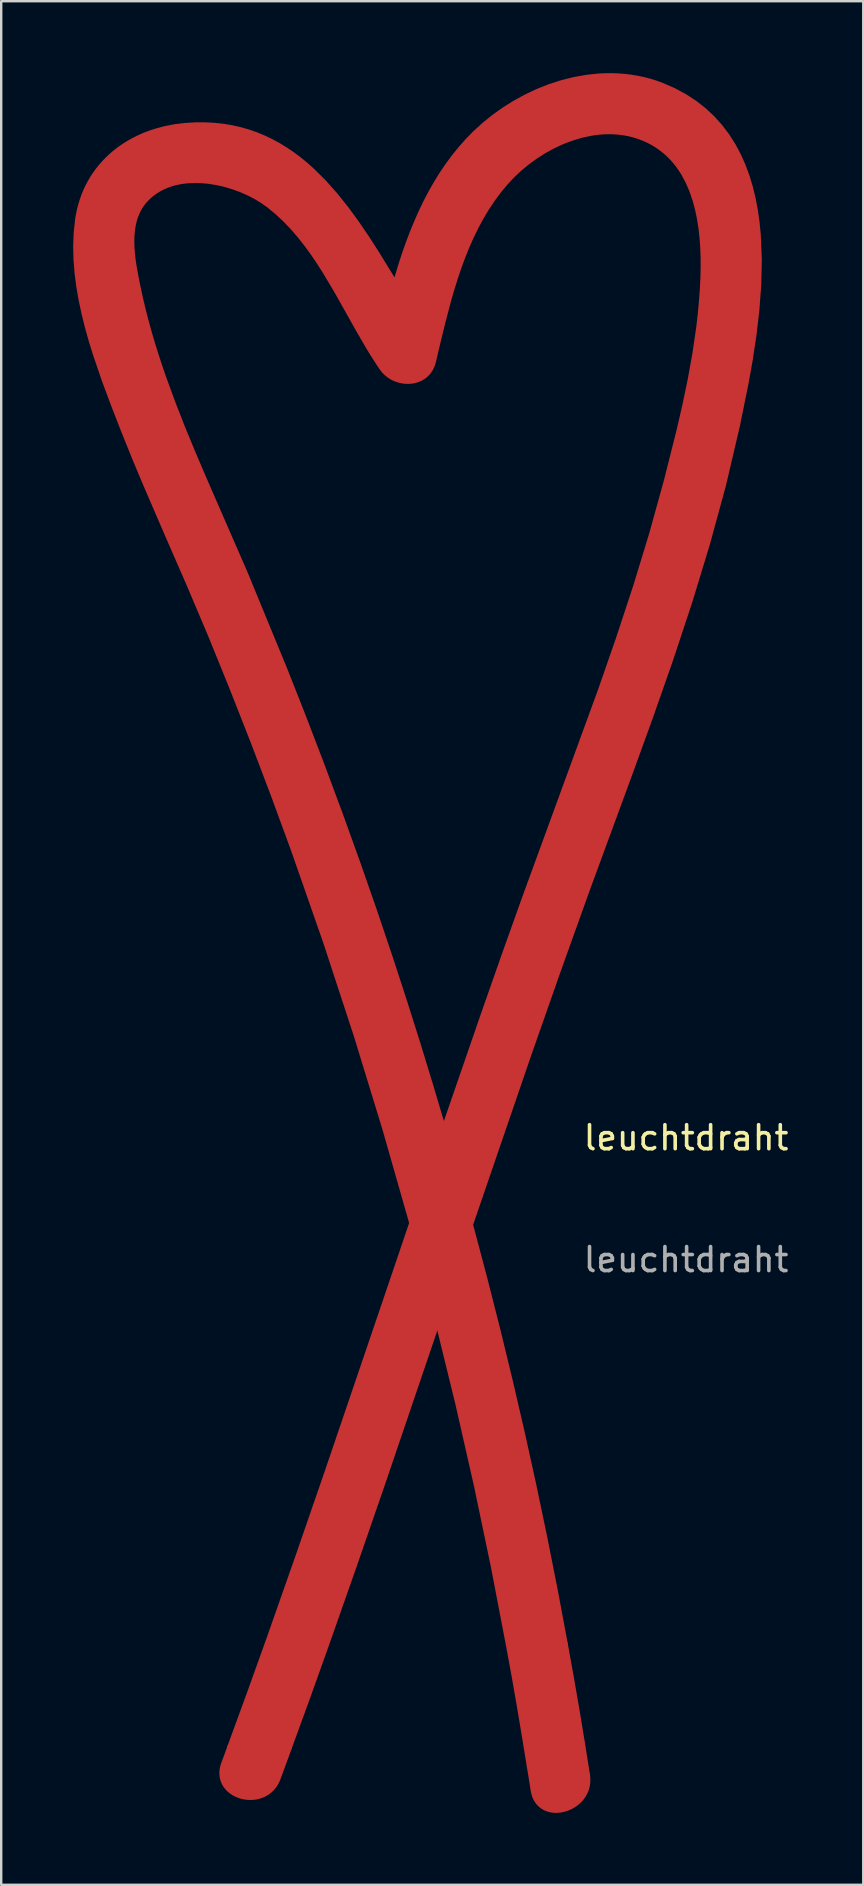
<source format=kicad_pcb>
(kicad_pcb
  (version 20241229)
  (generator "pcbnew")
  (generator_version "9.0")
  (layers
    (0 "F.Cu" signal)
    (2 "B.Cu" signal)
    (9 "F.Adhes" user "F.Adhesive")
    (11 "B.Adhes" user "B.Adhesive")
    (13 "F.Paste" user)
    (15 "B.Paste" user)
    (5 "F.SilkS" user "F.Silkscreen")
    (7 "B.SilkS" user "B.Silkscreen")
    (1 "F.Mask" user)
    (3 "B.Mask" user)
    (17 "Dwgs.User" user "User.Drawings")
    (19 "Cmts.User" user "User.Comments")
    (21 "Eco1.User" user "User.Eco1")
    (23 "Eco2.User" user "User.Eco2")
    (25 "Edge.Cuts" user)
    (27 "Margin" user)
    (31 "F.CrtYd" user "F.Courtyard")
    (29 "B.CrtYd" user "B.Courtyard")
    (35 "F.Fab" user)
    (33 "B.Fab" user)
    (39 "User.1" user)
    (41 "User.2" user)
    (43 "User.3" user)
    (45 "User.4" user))
  (footprint "leuchtdraht"
    (layer "F.Cu")
    (at 15.389 46.92)
    (property "Reference" "leuchtdraht" (at 10.16 -2.54 0) (unlocked yes) (layer "F.SilkS") (effects (font (size 1 1) (thickness 0.15))))
    (attr smd)
    (fp_poly (pts (xy 5.131 18.565) (xy 5.131 18.565) (xy 5.131 18.565)) (stroke (width 0.2) (type solid)) (fill yes) (layer "F.Cu"))
    (fp_poly (pts (xy 5.377 19.926) (xy 5.613 21.288) (xy 5.838 22.653) (xy 6.055 24.019) (xy 5.448 23.921) (xy 4.841 23.829) (xy 4.231 23.743) (xy 3.621 23.663) (xy 3.424 22.446) (xy 3.22 21.23) (xy 3.009 20.015) (xy 2.788 18.802) (xy 3.375 18.755) (xy 3.961 18.701) (xy 4.546 18.638) (xy 5.131 18.565)) (stroke (width 0.2) (type solid)) (fill yes) (layer "F.Cu"))
    (fp_poly (pts (xy -0.93 2.292) (xy -0.592 3.572) (xy -0.388 4.355) (xy -0.289 4.747) (xy -0.193 5.139) (xy -0.193 5.139) (xy -0.193 5.139) (xy -2.496 11.916) (xy -3.665 15.298) (xy -4.853 18.675) (xy -4.853 18.675) (xy -4.853 18.675) (xy -5.605 20.78) (xy -6.373 22.883) (xy -6.616 22.878) (xy -6.997 22.87) (xy -7.62 22.86) (xy -8.242 22.855) (xy -8.864 22.855) (xy -8.035 20.588) (xy -7.22 18.315) (xy -6.636 18.419) (xy -6.047 18.513) (xy -5.453 18.599) (xy -4.853 18.675) (xy -4.853 18.675) (xy -5.453 18.599) (xy -6.047 18.513) (xy -6.636 18.419) (xy -7.22 18.315) (xy -7.22 18.315) (xy -7.22 18.315) (xy -6.012 14.879) (xy -4.822 11.436) (xy -2.475 4.539) (xy -1.279 1.015)) (stroke (width 0.2) (type solid)) (fill yes) (layer "F.Cu"))
    (fp_poly (pts (xy 4.231 23.743) (xy 4.841 23.829) (xy 5.448 23.921) (xy 6.055 24.019) (xy 6.055 24.023) (xy 6.066 24.112) (xy 6.071 24.2) (xy 6.07 24.285) (xy 6.063 24.368) (xy 6.052 24.448) (xy 6.035 24.526) (xy 6.013 24.602) (xy 5.987 24.675) (xy 5.957 24.745) (xy 5.922 24.813) (xy 5.883 24.878) (xy 5.841 24.94) (xy 5.795 24.999) (xy 5.746 25.055) (xy 5.694 25.109) (xy 5.64 25.159) (xy 5.582 25.206) (xy 5.523 25.25) (xy 5.461 25.29) (xy 5.398 25.327) (xy 5.332 25.361) (xy 5.266 25.392) (xy 5.198 25.418) (xy 5.129 25.442) (xy 5.06 25.461) (xy 4.99 25.477) (xy 4.92 25.489) (xy 4.85 25.497) (xy 4.78 25.502) (xy 4.71 25.502) (xy 4.641 25.498) (xy 4.573 25.49) (xy 4.502 25.477) (xy 4.432 25.459) (xy 4.364 25.435) (xy 4.299 25.407) (xy 4.235 25.374) (xy 4.205 25.356) (xy 4.175 25.336) (xy 4.146 25.315) (xy 4.117 25.293) (xy 4.09 25.269) (xy 4.063 25.244) (xy 4.037 25.218) (xy 4.012 25.19) (xy 3.988 25.161) (xy 3.965 25.13) (xy 3.943 25.098) (xy 3.922 25.065) (xy 3.903 25.03) (xy 3.884 24.994) (xy 3.866 24.956) (xy 3.85 24.917) (xy 3.835 24.876) (xy 3.821 24.834) (xy 3.809 24.791) (xy 3.798 24.746) (xy 3.788 24.699) (xy 3.78 24.651) (xy 3.703 24.157) (xy 3.663 23.91) (xy 3.621 23.663)) (stroke (width 0.2) (type solid)) (fill yes) (layer "F.Cu"))
    (fp_poly (pts (xy -7.62 22.86) (xy -6.997 22.87) (xy -6.616 22.878) (xy -6.373 22.883) (xy -6.488 23.204) (xy -6.605 23.524) (xy -6.842 24.164) (xy -6.862 24.215) (xy -6.884 24.265) (xy -6.907 24.312) (xy -6.932 24.358) (xy -6.958 24.403) (xy -6.985 24.445) (xy -7.014 24.485) (xy -7.044 24.524) (xy -7.075 24.561) (xy -7.107 24.597) (xy -7.141 24.63) (xy -7.175 24.662) (xy -7.211 24.693) (xy -7.247 24.721) (xy -7.284 24.748) (xy -7.322 24.773) (xy -7.361 24.797) (xy -7.401 24.819) (xy -7.441 24.84) (xy -7.482 24.858) (xy -7.524 24.876) (xy -7.566 24.891) (xy -7.651 24.918) (xy -7.738 24.939) (xy -7.826 24.953) (xy -7.914 24.962) (xy -8.003 24.965) (xy -8.071 24.963) (xy -8.138 24.958) (xy -8.205 24.95) (xy -8.272 24.939) (xy -8.337 24.924) (xy -8.402 24.907) (xy -8.465 24.886) (xy -8.527 24.863) (xy -8.587 24.836) (xy -8.646 24.807) (xy -8.703 24.775) (xy -8.757 24.74) (xy -8.809 24.702) (xy -8.859 24.662) (xy -8.906 24.619) (xy -8.95 24.573) (xy -8.991 24.525) (xy -9.029 24.475) (xy -9.064 24.422) (xy -9.095 24.366) (xy -9.122 24.309) (xy -9.145 24.249) (xy -9.163 24.187) (xy -9.178 24.122) (xy -9.188 24.056) (xy -9.193 23.987) (xy -9.193 23.917) (xy -9.189 23.845) (xy -9.179 23.77) (xy -9.163 23.694) (xy -9.142 23.616) (xy -9.115 23.536) (xy -8.988 23.196) (xy -8.864 22.855) (xy -8.864 22.855) (xy -8.864 22.855) (xy -8.242 22.855)) (stroke (width 0.2) (type solid)) (fill yes) (layer "F.Cu"))
    (fp_poly (pts (xy -1.701 -39.03) (xy -1.559 -39.458) (xy -1.408 -39.882) (xy -1.247 -40.302) (xy -1.076 -40.717) (xy -0.895 -41.126) (xy -0.702 -41.529) (xy -0.496 -41.924) (xy -0.277 -42.311) (xy -0.044 -42.69) (xy 0.204 -43.059) (xy 0.468 -43.417) (xy 0.748 -43.765) (xy 1.045 -44.1) (xy 1.36 -44.423) (xy 1.743 -44.773) (xy 2.151 -45.103) (xy 2.581 -45.409) (xy 3.032 -45.691) (xy 3.5 -45.946) (xy 3.984 -46.173) (xy 4.481 -46.369) (xy 4.988 -46.532) (xy 5.504 -46.661) (xy 6.025 -46.753) (xy 6.55 -46.807) (xy 6.812 -46.818) (xy 7.075 -46.82) (xy 7.337 -46.81) (xy 7.599 -46.79) (xy 7.86 -46.759) (xy 8.119 -46.716) (xy 8.377 -46.662) (xy 8.633 -46.596) (xy 8.887 -46.518) (xy 9.138 -46.427) (xy 9.138 -46.427) (xy 9.642 -46.208) (xy 10.106 -45.958) (xy 10.531 -45.681) (xy 10.919 -45.376) (xy 11.271 -45.046) (xy 11.588 -44.692) (xy 11.873 -44.315) (xy 12.126 -43.919) (xy 12.349 -43.502) (xy 12.542 -43.069) (xy 12.709 -42.619) (xy 12.849 -42.154) (xy 12.964 -41.677) (xy 13.056 -41.188) (xy 13.126 -40.689) (xy 13.175 -40.182) (xy 13.218 -39.149) (xy 13.195 -38.101) (xy 13.117 -37.05) (xy 12.996 -36.01) (xy 12.843 -34.992) (xy 12.668 -34.009) (xy 12.299 -32.196) (xy 11.72 -29.728) (xy 11.053 -27.287) (xy 10.315 -24.867) (xy 9.519 -22.464) (xy 8.681 -20.073) (xy 7.817 -17.692) (xy 6.069 -12.938) (xy 4.816 -9.443) (xy 3.588 -5.941) (xy 1.18 1.082) (xy 1.18 1.082) (xy 1.18 1.082) (xy 1.755 3.248) (xy 2.308 5.42) (xy 2.837 7.598) (xy 3.343 9.781) (xy 3.825 11.97) (xy 4.284 14.164) (xy 4.719 16.362) (xy 5.131 18.565) (xy 5.131 18.565) (xy 4.546 18.638) (xy 3.961 18.701) (xy 3.375 18.755) (xy 2.788 18.802) (xy 2.788 18.802) (xy 2.788 18.802) (xy 2.13 15.368) (xy 1.414 11.945) (xy 0.64 8.535) (xy -0.193 5.139) (xy -0.193 5.139) (xy -0.193 5.139) (xy -0.193 5.139) (xy -0.193 5.139) (xy -0.193 5.139) (xy -0.193 5.139) (xy -0.193 5.139) (xy 1.18 1.082) (xy 1.18 1.082) (xy -0.193 5.139) (xy -0.289 4.747) (xy -0.388 4.355) (xy -0.592 3.572) (xy -0.93 2.292) (xy -1.279 1.015) (xy -0.613 -0.948) (xy 0.058 -2.908) (xy 0.631 -0.916) (xy 0.909 0.082) (xy 1.18 1.082) (xy 1.18 1.082) (xy 0.909 0.082) (xy 0.631 -0.916) (xy 0.058 -2.908) (xy 0.058 -2.908) (xy 0.058 -2.908) (xy -0.613 -0.948) (xy -1.279 1.015) (xy -2.399 -2.909) (xy -3.594 -6.809) (xy -4.864 -10.686) (xy -6.208 -14.536) (xy -7.032 -16.783) (xy -7.882 -19.022) (xy -8.758 -21.25) (xy -9.658 -23.468) (xy -10.565 -25.61) (xy -11.495 -27.742) (xy -12.416 -29.878) (xy -12.864 -30.951) (xy -13.298 -32.03) (xy -13.694 -33.045) (xy -14.091 -34.106) (xy -14.466 -35.204) (xy -14.639 -35.762) (xy -14.797 -36.324) (xy -14.938 -36.89) (xy -15.059 -37.456) (xy -15.158 -38.023) (xy -15.231 -38.588) (xy -15.276 -39.15) (xy -15.289 -39.708) (xy -15.282 -39.894) (xy -12.94 -39.894) (xy -12.933 -39.648) (xy -12.914 -39.401) (xy -12.887 -39.155) (xy -12.852 -38.911) (xy -12.767 -38.436) (xy -12.677 -37.988) (xy -12.572 -37.504) (xy -12.457 -37.023) (xy -12.332 -36.543) (xy -12.2 -36.067) (xy -12.059 -35.592) (xy -11.91 -35.12) (xy -11.756 -34.65) (xy -11.594 -34.182) (xy -11.216 -33.151) (xy -10.816 -32.129) (xy -10.397 -31.114) (xy -9.966 -30.103) (xy -8.211 -26.075) (xy -6.57 -22.088) (xy -5.779 -20.083) (xy -5.008 -18.07) (xy -4.257 -16.049) (xy -3.527 -14.021) (xy -2.817 -11.986) (xy -2.129 -9.943) (xy -1.559 -8.191) (xy -1.004 -6.435) (xy -0.466 -4.674) (xy 0.058 -2.908) (xy 1.728 -7.749) (xy 2.576 -10.164) (xy 3.437 -12.574) (xy 6.587 -21.192) (xy 7.34 -23.358) (xy 8.057 -25.536) (xy 8.727 -27.73) (xy 9.339 -29.942) (xy 9.865 -32.029) (xy 10.108 -33.086) (xy 10.33 -34.149) (xy 10.522 -35.217) (xy 10.68 -36.288) (xy 10.743 -36.824) (xy 10.794 -37.361) (xy 10.834 -37.897) (xy 10.86 -38.433) (xy 10.868 -38.819) (xy 10.867 -39.217) (xy 10.853 -39.622) (xy 10.825 -40.032) (xy 10.78 -40.443) (xy 10.716 -40.852) (xy 10.632 -41.255) (xy 10.525 -41.65) (xy 10.393 -42.033) (xy 10.233 -42.401) (xy 10.045 -42.751) (xy 9.939 -42.917) (xy 9.825 -43.078) (xy 9.703 -43.233) (xy 9.572 -43.381) (xy 9.432 -43.522) (xy 9.283 -43.655) (xy 9.125 -43.781) (xy 8.957 -43.898) (xy 8.78 -44.006) (xy 8.592 -44.106) (xy 8.399 -44.193) (xy 8.204 -44.268) (xy 8.007 -44.331) (xy 7.807 -44.382) (xy 7.606 -44.421) (xy 7.404 -44.45) (xy 7.201 -44.468) (xy 6.997 -44.475) (xy 6.792 -44.472) (xy 6.588 -44.46) (xy 6.383 -44.438) (xy 6.179 -44.406) (xy 5.774 -44.318) (xy 5.374 -44.196) (xy 4.981 -44.045) (xy 4.599 -43.866) (xy 4.229 -43.661) (xy 3.874 -43.435) (xy 3.537 -43.188) (xy 3.218 -42.925) (xy 2.922 -42.646) (xy 2.651 -42.356) (xy 2.361 -42.007) (xy 2.093 -41.644) (xy 1.844 -41.268) (xy 1.613 -40.881) (xy 1.4 -40.483) (xy 1.202 -40.076) (xy 1.019 -39.661) (xy 0.85 -39.239) (xy 0.693 -38.81) (xy 0.547 -38.377) (xy 0.41 -37.94) (xy 0.282 -37.501) (xy 0.048 -36.618) (xy -0.168 -35.738) (xy -0.268 -35.317) (xy -0.365 -34.902) (xy -0.392 -34.806) (xy -0.424 -34.717) (xy -0.463 -34.633) (xy -0.507 -34.555) (xy -0.556 -34.484) (xy -0.61 -34.418) (xy -0.668 -34.358) (xy -0.73 -34.303) (xy -0.796 -34.255) (xy -0.865 -34.212) (xy -0.938 -34.175) (xy -1.013 -34.143) (xy -1.09 -34.117) (xy -1.169 -34.096) (xy -1.25 -34.081) (xy -1.332 -34.071) (xy -1.415 -34.067) (xy -1.498 -34.068) (xy -1.582 -34.074) (xy -1.665 -34.086) (xy -1.748 -34.103) (xy -1.83 -34.125) (xy -1.911 -34.152) (xy -1.99 -34.184) (xy -2.067 -34.221) (xy -2.141 -34.263) (xy -2.213 -34.31) (xy -2.282 -34.363) (xy -2.348 -34.42) (xy -2.41 -34.481) (xy -2.468 -34.548) (xy -2.521 -34.619) (xy -2.592 -34.723) (xy -2.662 -34.828) (xy -2.8 -35.041) (xy -2.936 -35.258) (xy -3.071 -35.477) (xy -2.637 -35.53) (xy -2.481 -36.184) (xy -2.637 -35.53) (xy -3.071 -35.477) (xy -3.528 -36.263) (xy -3.59 -36.375) (xy -2.434 -36.375) (xy -2.319 -36.844) (xy -2.273 -37.023) (xy -2.319 -36.844) (xy -2.434 -36.375) (xy -3.59 -36.375) (xy -3.968 -37.05) (xy -2.265 -37.05) (xy -2.147 -37.506) (xy -1.964 -38.168) (xy -1.837 -37.96) (xy -1.595 -37.56) (xy -1.227 -36.96) (xy -1.042 -36.665) (xy -0.857 -36.375) (xy -0.67 -36.09) (xy -0.631 -36.032) (xy -0.482 -35.812) (xy -0.482 -35.812) (xy -0.482 -35.812) (xy -0.631 -36.032) (xy -0.67 -36.09) (xy -0.857 -36.375) (xy -1.227 -36.96) (xy -1.595 -37.56) (xy -1.837 -37.96) (xy -1.964 -38.168) (xy -2.147 -37.506) (xy -2.265 -37.05) (xy -3.968 -37.05) (xy -3.976 -37.065) (xy -4.43 -37.87) (xy -4.903 -38.662) (xy -5.15 -39.049) (xy -5.406 -39.426) (xy -5.674 -39.793) (xy -5.954 -40.148) (xy -6.249 -40.488) (xy -6.559 -40.812) (xy -6.887 -41.118) (xy -7.234 -41.403) (xy -7.492 -41.587) (xy -7.774 -41.758) (xy -8.079 -41.916) (xy -8.402 -42.058) (xy -8.739 -42.18) (xy -9.087 -42.283) (xy -9.442 -42.361) (xy -9.8 -42.415) (xy -10.159 -42.441) (xy -10.336 -42.442) (xy -10.513 -42.436) (xy -10.688 -42.422) (xy -10.86 -42.4) (xy -11.029 -42.369) (xy -11.195 -42.329) (xy -11.358 -42.28) (xy -11.516 -42.221) (xy -11.67 -42.153) (xy -11.819 -42.074) (xy -11.962 -41.985) (xy -12.099 -41.886) (xy -12.229 -41.775) (xy -12.353 -41.654) (xy -12.434 -41.563) (xy -12.507 -41.468) (xy -12.574 -41.371) (xy -12.635 -41.27) (xy -12.689 -41.166) (xy -12.737 -41.06) (xy -12.779 -40.951) (xy -12.816 -40.84) (xy -12.847 -40.727) (xy -12.874 -40.613) (xy -12.912 -40.378) (xy -12.934 -40.138) (xy -12.94 -39.894) (xy -15.282 -39.894) (xy -15.268 -40.26) (xy -15.21 -40.804) (xy -15.175 -41.02) (xy -15.13 -41.231) (xy -15.077 -41.436) (xy -15.015 -41.635) (xy -14.946 -41.829) (xy -14.868 -42.018) (xy -14.782 -42.2) (xy -14.688 -42.377) (xy -14.588 -42.548) (xy -14.48 -42.713) (xy -14.365 -42.872) (xy -14.243 -43.025) (xy -14.115 -43.172) (xy -13.981 -43.312) (xy -13.84 -43.447) (xy -13.694 -43.576) (xy -13.541 -43.698) (xy -13.384 -43.814) (xy -13.221 -43.923) (xy -13.053 -44.026) (xy -12.881 -44.123) (xy -12.703 -44.213) (xy -12.522 -44.297) (xy -12.336 -44.373) (xy -12.146 -44.444) (xy -11.953 -44.507) (xy -11.556 -44.614) (xy -11.146 -44.693) (xy -10.727 -44.744) (xy -10.311 -44.769) (xy -9.909 -44.771) (xy -9.52 -44.752) (xy -9.143 -44.712) (xy -8.777 -44.651) (xy -8.423 -44.571) (xy -8.08 -44.473) (xy -7.748 -44.356) (xy -7.426 -44.222) (xy -7.114 -44.072) (xy -6.811 -43.907) (xy -6.518 -43.726) (xy -6.233 -43.531) (xy -5.956 -43.323) (xy -5.688 -43.103) (xy -5.427 -42.87) (xy -4.926 -42.373) (xy -4.451 -41.838) (xy -3.998 -41.271) (xy -3.565 -40.678) (xy -3.148 -40.065) (xy -2.744 -39.438) (xy -1.964 -38.168) (xy -1.964 -38.168) (xy -1.964 -38.168) (xy -1.964 -38.168) (xy -1.964 -38.168)) (stroke (width 0.2) (type solid)) (fill yes) (layer "F.Cu"))
    (fp_text user "${REFERENCE}" (at 10.16 2.54 0) (unlocked yes) (layer "F.Fab") (effects (font (size 1 1) (thickness 0.15))))
    (pad "1" smd roundrect (at 5.08 24.13 90) (size 2.286 1.524) (layers "F.Cu" "F.Mask" "F.Paste") (roundrect_rratio 0.25))
    (pad "2" smd roundrect (at -7.62 23.495 90) (size 2.286 1.524) (layers "F.Cu" "F.Mask" "F.Paste") (roundrect_rratio 0.25))
    (pad "3" smd roundrect (at -1.905 -36.195 90) (size 2.286 1.524) (layers "F.Cu" "F.Mask" "F.Paste") (roundrect_rratio 0.25)))
  (gr_rect
    (start -3 -3)
    (end 32.936 75.522)
    (stroke (width 0.1) (type default))
    (fill no)
    (layer "Edge.Cuts")))
</source>
